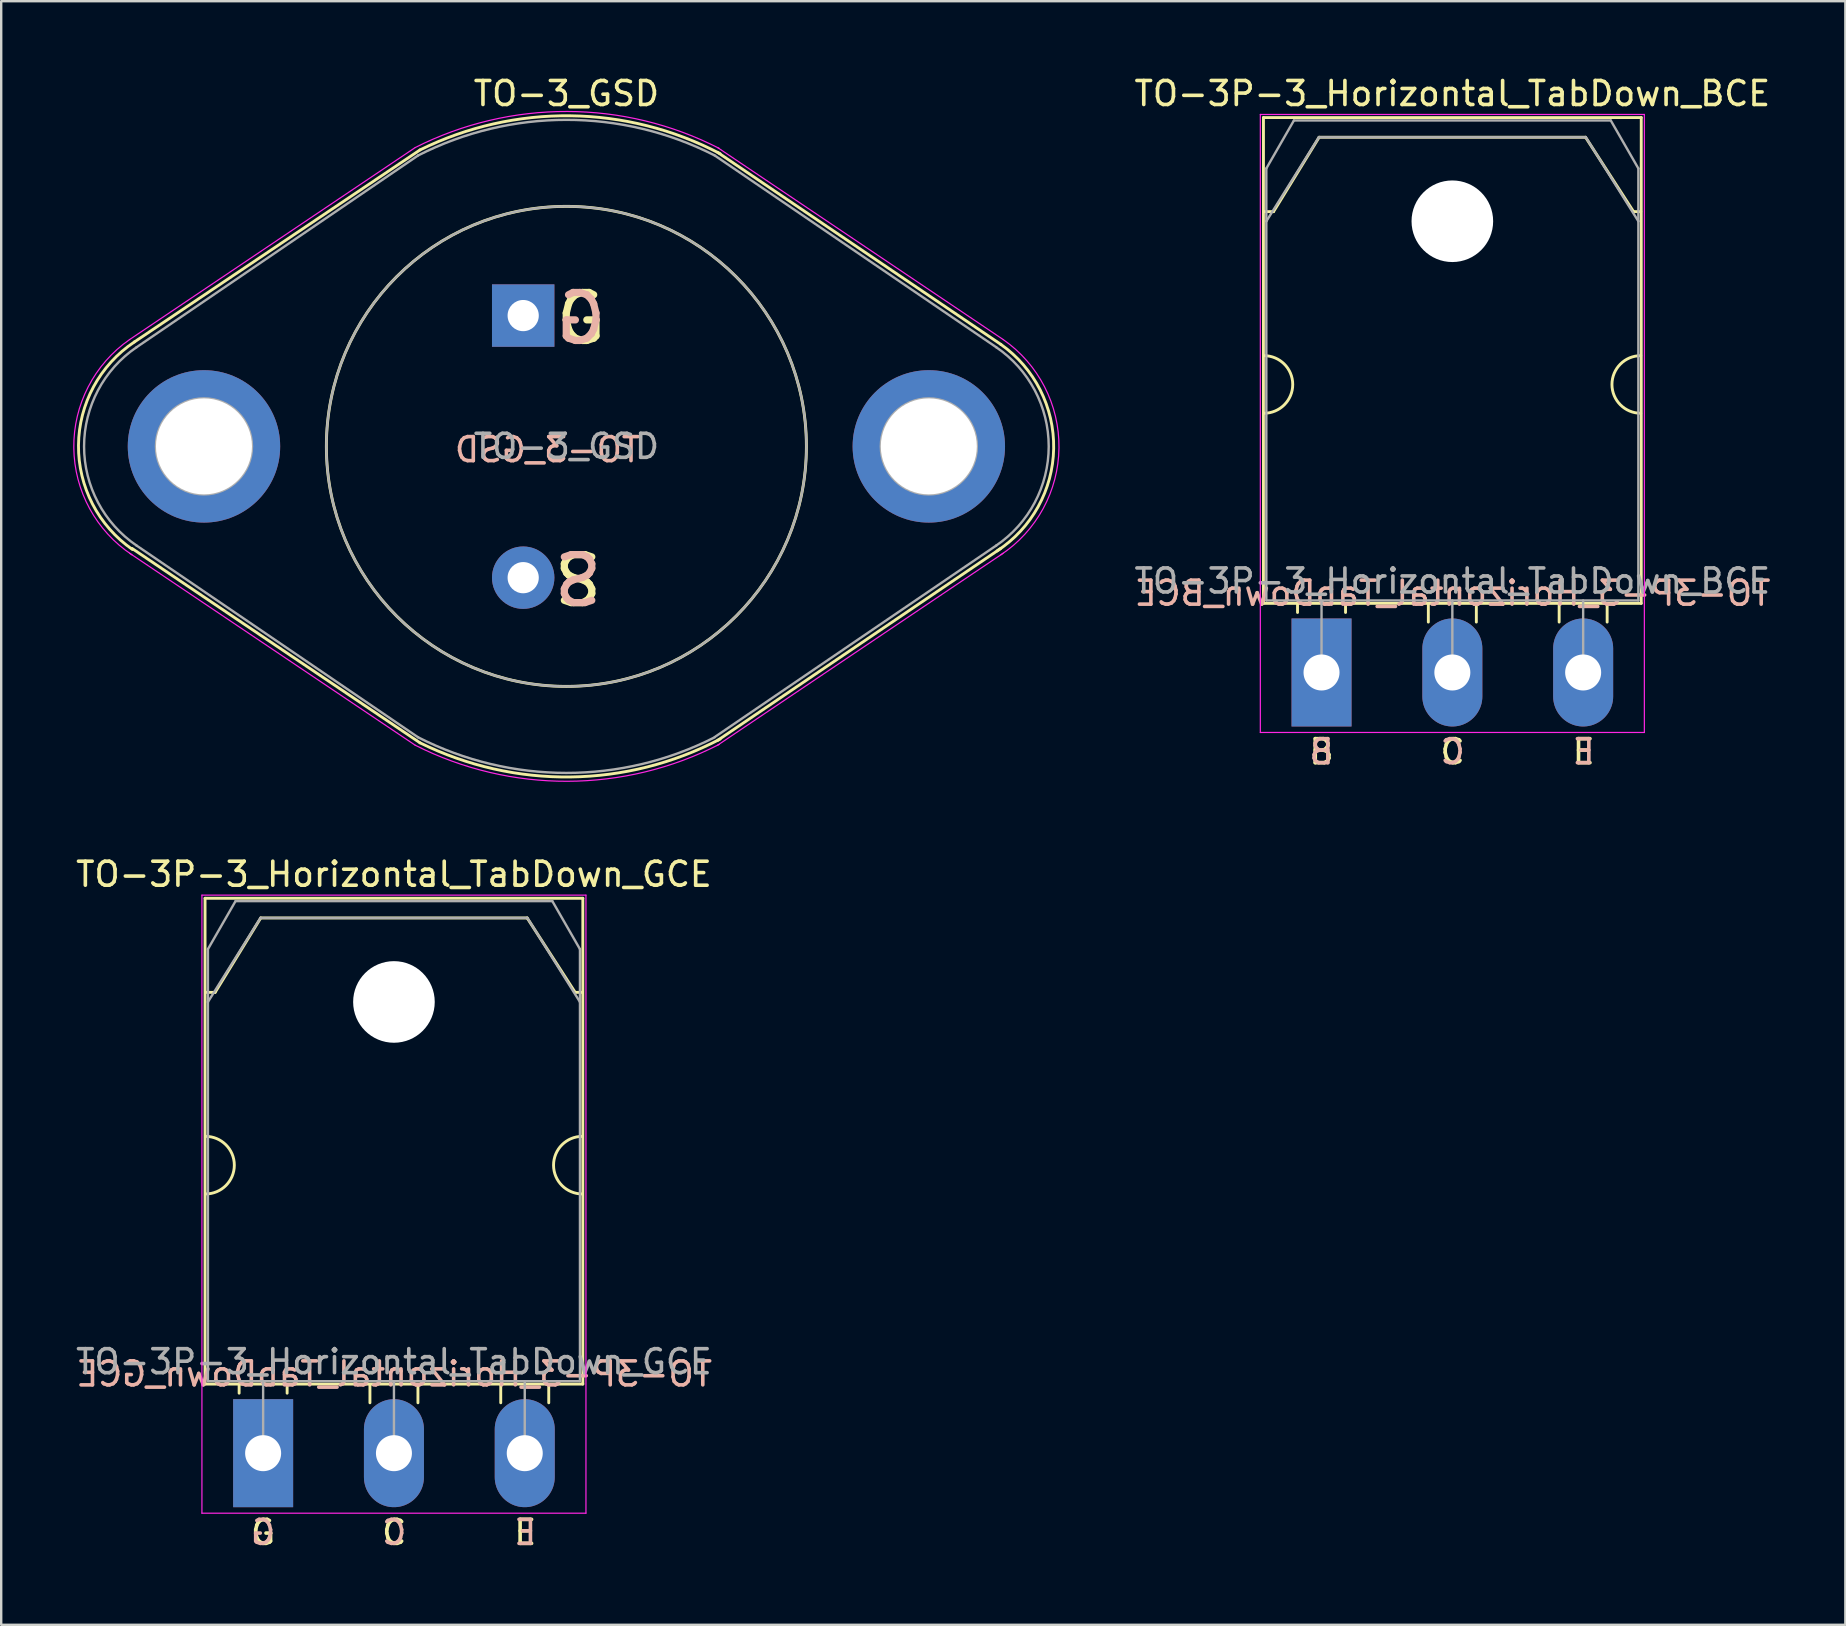
<source format=kicad_pcb>
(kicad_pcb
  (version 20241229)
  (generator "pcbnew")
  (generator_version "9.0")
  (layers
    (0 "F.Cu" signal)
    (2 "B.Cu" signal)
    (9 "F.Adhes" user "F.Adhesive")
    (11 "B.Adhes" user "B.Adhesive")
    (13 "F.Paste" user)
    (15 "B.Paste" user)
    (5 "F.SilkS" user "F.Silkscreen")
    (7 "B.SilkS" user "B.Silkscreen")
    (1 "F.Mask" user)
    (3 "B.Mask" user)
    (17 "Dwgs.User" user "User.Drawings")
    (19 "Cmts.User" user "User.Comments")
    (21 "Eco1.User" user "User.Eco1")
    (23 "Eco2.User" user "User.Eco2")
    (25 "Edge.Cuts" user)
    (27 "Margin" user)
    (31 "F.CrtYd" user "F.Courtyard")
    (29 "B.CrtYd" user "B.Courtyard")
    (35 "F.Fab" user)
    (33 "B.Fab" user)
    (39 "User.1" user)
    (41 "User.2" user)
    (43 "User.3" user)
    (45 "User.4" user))
  (footprint "TO-3P-3_Horizontal_TabDown_GCE"
    (layer "F.Cu")
    (at 7.913 57.495)
    (property "Reference" "TO-3P-3_Horizontal_TabDown_GCE" (at 5.45 -24.12 0) (layer "F.SilkS") (effects (font (size 1 1) (thickness 0.15))))
    (fp_line (start -2.42 -23.12) (end -2.42 -2.88) (stroke (width 0.12) (type solid)) (layer "F.SilkS"))
    (fp_line (start -2.42 -23.12) (end 13.32 -23.12) (stroke (width 0.12) (type solid)) (layer "F.SilkS"))
    (fp_line (start -2.42 -2.88) (end 13.32 -2.88) (stroke (width 0.12) (type solid)) (layer "F.SilkS"))
    (fp_line (start -2 -19.2) (end -2.4 -19.2) (stroke (width 0.12) (type solid)) (layer "F.SilkS"))
    (fp_line (start -2 -19.2) (end -0.1 -22.3) (stroke (width 0.12) (type solid)) (layer "F.SilkS"))
    (fp_line (start -1 -2.85) (end -1 -2.5) (stroke (width 0.12) (type solid)) (layer "F.SilkS"))
    (fp_line (start -0.1 -22.3) (end 11 -22.3) (stroke (width 0.12) (type solid)) (layer "F.SilkS"))
    (fp_line (start 1 -2.85) (end 1 -2.5) (stroke (width 0.12) (type solid)) (layer "F.SilkS"))
    (fp_line (start 4.45 -2.85) (end 4.45 -2.1) (stroke (width 0.12) (type solid)) (layer "F.SilkS"))
    (fp_line (start 6.45 -2.85) (end 6.45 -2.1) (stroke (width 0.12) (type solid)) (layer "F.SilkS"))
    (fp_line (start 9.9 -2.85) (end 9.9 -2.1) (stroke (width 0.12) (type solid)) (layer "F.SilkS"))
    (fp_line (start 11 -22.3) (end 13 -19.2) (stroke (width 0.12) (type solid)) (layer "F.SilkS"))
    (fp_line (start 11.9 -2.85) (end 11.9 -2.1) (stroke (width 0.12) (type solid)) (layer "F.SilkS"))
    (fp_line (start 13 -19.2) (end 13.3 -19.2) (stroke (width 0.12) (type solid)) (layer "F.SilkS"))
    (fp_line (start 13.32 -23.12) (end 13.32 -2.88) (stroke (width 0.12) (type solid)) (layer "F.SilkS"))
    (fp_arc (start -2.4 -13.2) (mid -1.2 -12) (end -2.4 -10.8) (stroke (width 0.12) (type solid)) (layer "F.SilkS"))
    (fp_arc (start 13.3 -10.8) (mid 12.1 -12) (end 13.3 -13.2) (stroke (width 0.12) (type solid)) (layer "F.SilkS"))
    (fp_line (start -2.55 -23.25) (end -2.55 2.5) (stroke (width 0.05) (type solid)) (layer "F.CrtYd"))
    (fp_line (start -2.55 2.5) (end 13.45 2.5) (stroke (width 0.05) (type solid)) (layer "F.CrtYd"))
    (fp_line (start 13.45 -23.25) (end -2.55 -23.25) (stroke (width 0.05) (type solid)) (layer "F.CrtYd"))
    (fp_line (start 13.45 2.5) (end 13.45 -23.25) (stroke (width 0.05) (type solid)) (layer "F.CrtYd"))
    (fp_line (start -2.3 -21) (end -1.15 -23) (stroke (width 0.1) (type solid)) (layer "F.Fab"))
    (fp_line (start -2.3 -18.8) (end -2.3 -21) (stroke (width 0.1) (type solid)) (layer "F.Fab"))
    (fp_line (start -2.3 -18.8) (end -0.11 -22.3) (stroke (width 0.1) (type solid)) (layer "F.Fab"))
    (fp_line (start -2.3 -3) (end -2.3 -18.8) (stroke (width 0.1) (type solid)) (layer "F.Fab"))
    (fp_line (start -1.15 -23) (end 12.05 -23) (stroke (width 0.1) (type solid)) (layer "F.Fab"))
    (fp_line (start -0.11 -22.3) (end 11.01 -22.3) (stroke (width 0.1) (type solid)) (layer "F.Fab"))
    (fp_line (start 0 -3) (end 0 0) (stroke (width 0.1) (type solid)) (layer "F.Fab"))
    (fp_line (start 5.45 -3) (end 5.45 0) (stroke (width 0.1) (type solid)) (layer "F.Fab"))
    (fp_line (start 10.9 -3) (end 10.9 0) (stroke (width 0.1) (type solid)) (layer "F.Fab"))
    (fp_line (start 11.01 -22.3) (end 13.2 -18.8) (stroke (width 0.1) (type solid)) (layer "F.Fab"))
    (fp_line (start 12.05 -23) (end 13.2 -21) (stroke (width 0.1) (type solid)) (layer "F.Fab"))
    (fp_line (start 13.2 -21) (end 13.2 -18.8) (stroke (width 0.1) (type solid)) (layer "F.Fab"))
    (fp_line (start 13.2 -18.8) (end 13.2 -3) (stroke (width 0.1) (type solid)) (layer "F.Fab"))
    (fp_line (start 13.2 -3) (end -2.3 -3) (stroke (width 0.1) (type solid)) (layer "F.Fab"))
    (fp_circle (center 5.45 -18.8) (end 7.05 -18.8) (stroke (width 0.1) (type solid)) (fill no) (layer "F.Fab"))
    (fp_text user "E" (at 10.922 3.302 0) (layer "F.SilkS") (effects (font (size 1 1) (thickness 0.15))))
    (fp_text user "G" (at 0 3.302 0) (layer "F.SilkS") (effects (font (size 1 1) (thickness 0.15))))
    (fp_text user "C" (at 5.461 3.302 0) (layer "F.SilkS") (effects (font (size 1 1) (thickness 0.15))))
    (fp_text user "C" (at 5.461 3.302 0) (layer "B.SilkS") (effects (font (size 1 1) (thickness 0.15)) (justify mirror)))
    (fp_text user "G" (at 0 3.302 0) (layer "B.SilkS") (effects (font (size 1 1) (thickness 0.15)) (justify mirror)))
    (fp_text user "${REFERENCE}" (at 5.461 -3.302 0) (layer "B.SilkS") (effects (font (size 1 1) (thickness 0.15)) (justify mirror)))
    (fp_text user "E" (at 10.922 3.302 0) (layer "B.SilkS") (effects (font (size 1 1) (thickness 0.15)) (justify mirror)))
    (fp_text user "${REFERENCE}" (at 5.45 -3.81 0) (layer "F.Fab") (effects (font (size 1 1) (thickness 0.15))))
    (pad "" np_thru_hole oval (at 5.45 -18.8) (size 3.4 3.4) (drill 3.4) (layers "*.Cu" "*.Mask"))
    (pad "1" thru_hole rect (at 0 0) (size 2.5 4.5) (drill 1.5) (layers "*.Cu" "*.Mask"))
    (pad "2" thru_hole oval (at 5.45 0) (size 2.5 4.5) (drill 1.5) (layers "*.Cu" "*.Mask"))
    (pad "3" thru_hole oval (at 10.9 0) (size 2.5 4.5) (drill 1.5) (layers "*.Cu" "*.Mask")))
  (footprint "TO-3P-3_Horizontal_TabDown_BCE"
    (layer "F.Cu")
    (at 52.01 24.968)
    (property "Reference" "TO-3P-3_Horizontal_TabDown_BCE" (at 5.45 -24.12 0) (layer "F.SilkS") (effects (font (size 1 1) (thickness 0.15))))
    (fp_line (start -2.42 -23.12) (end -2.42 -2.88) (stroke (width 0.12) (type solid)) (layer "F.SilkS"))
    (fp_line (start -2.42 -23.12) (end 13.32 -23.12) (stroke (width 0.12) (type solid)) (layer "F.SilkS"))
    (fp_line (start -2.42 -2.88) (end 13.32 -2.88) (stroke (width 0.12) (type solid)) (layer "F.SilkS"))
    (fp_line (start -2 -19.2) (end -2.4 -19.2) (stroke (width 0.12) (type solid)) (layer "F.SilkS"))
    (fp_line (start -2 -19.2) (end -0.1 -22.3) (stroke (width 0.12) (type solid)) (layer "F.SilkS"))
    (fp_line (start -1 -2.85) (end -1 -2.5) (stroke (width 0.12) (type solid)) (layer "F.SilkS"))
    (fp_line (start -0.1 -22.3) (end 11 -22.3) (stroke (width 0.12) (type solid)) (layer "F.SilkS"))
    (fp_line (start 1 -2.85) (end 1 -2.5) (stroke (width 0.12) (type solid)) (layer "F.SilkS"))
    (fp_line (start 4.45 -2.85) (end 4.45 -2.1) (stroke (width 0.12) (type solid)) (layer "F.SilkS"))
    (fp_line (start 6.45 -2.85) (end 6.45 -2.1) (stroke (width 0.12) (type solid)) (layer "F.SilkS"))
    (fp_line (start 9.9 -2.85) (end 9.9 -2.1) (stroke (width 0.12) (type solid)) (layer "F.SilkS"))
    (fp_line (start 11 -22.3) (end 13 -19.2) (stroke (width 0.12) (type solid)) (layer "F.SilkS"))
    (fp_line (start 11.9 -2.85) (end 11.9 -2.1) (stroke (width 0.12) (type solid)) (layer "F.SilkS"))
    (fp_line (start 13 -19.2) (end 13.3 -19.2) (stroke (width 0.12) (type solid)) (layer "F.SilkS"))
    (fp_line (start 13.32 -23.12) (end 13.32 -2.88) (stroke (width 0.12) (type solid)) (layer "F.SilkS"))
    (fp_arc (start -2.4 -13.2) (mid -1.2 -12) (end -2.4 -10.8) (stroke (width 0.12) (type solid)) (layer "F.SilkS"))
    (fp_arc (start 13.3 -10.8) (mid 12.1 -12) (end 13.3 -13.2) (stroke (width 0.12) (type solid)) (layer "F.SilkS"))
    (fp_line (start -2.55 -23.25) (end -2.55 2.5) (stroke (width 0.05) (type solid)) (layer "F.CrtYd"))
    (fp_line (start -2.55 2.5) (end 13.45 2.5) (stroke (width 0.05) (type solid)) (layer "F.CrtYd"))
    (fp_line (start 13.45 -23.25) (end -2.55 -23.25) (stroke (width 0.05) (type solid)) (layer "F.CrtYd"))
    (fp_line (start 13.45 2.5) (end 13.45 -23.25) (stroke (width 0.05) (type solid)) (layer "F.CrtYd"))
    (fp_line (start -2.3 -21) (end -1.15 -23) (stroke (width 0.1) (type solid)) (layer "F.Fab"))
    (fp_line (start -2.3 -18.8) (end -2.3 -21) (stroke (width 0.1) (type solid)) (layer "F.Fab"))
    (fp_line (start -2.3 -18.8) (end -0.11 -22.3) (stroke (width 0.1) (type solid)) (layer "F.Fab"))
    (fp_line (start -2.3 -3) (end -2.3 -18.8) (stroke (width 0.1) (type solid)) (layer "F.Fab"))
    (fp_line (start -1.15 -23) (end 12.05 -23) (stroke (width 0.1) (type solid)) (layer "F.Fab"))
    (fp_line (start -0.11 -22.3) (end 11.01 -22.3) (stroke (width 0.1) (type solid)) (layer "F.Fab"))
    (fp_line (start 0 -3) (end 0 0) (stroke (width 0.1) (type solid)) (layer "F.Fab"))
    (fp_line (start 5.45 -3) (end 5.45 0) (stroke (width 0.1) (type solid)) (layer "F.Fab"))
    (fp_line (start 10.9 -3) (end 10.9 0) (stroke (width 0.1) (type solid)) (layer "F.Fab"))
    (fp_line (start 11.01 -22.3) (end 13.2 -18.8) (stroke (width 0.1) (type solid)) (layer "F.Fab"))
    (fp_line (start 12.05 -23) (end 13.2 -21) (stroke (width 0.1) (type solid)) (layer "F.Fab"))
    (fp_line (start 13.2 -21) (end 13.2 -18.8) (stroke (width 0.1) (type solid)) (layer "F.Fab"))
    (fp_line (start 13.2 -18.8) (end 13.2 -3) (stroke (width 0.1) (type solid)) (layer "F.Fab"))
    (fp_line (start 13.2 -3) (end -2.3 -3) (stroke (width 0.1) (type solid)) (layer "F.Fab"))
    (fp_circle (center 5.45 -18.8) (end 7.05 -18.8) (stroke (width 0.1) (type solid)) (fill no) (layer "F.Fab"))
    (fp_text user "B" (at 0 3.302 0) (layer "F.SilkS") (effects (font (size 1 1) (thickness 0.15))))
    (fp_text user "E" (at 10.922 3.302 0) (layer "F.SilkS") (effects (font (size 1 1) (thickness 0.15))))
    (fp_text user "C" (at 5.461 3.302 0) (layer "F.SilkS") (effects (font (size 1 1) (thickness 0.15))))
    (fp_text user "C" (at 5.461 3.302 0) (layer "B.SilkS") (effects (font (size 1 1) (thickness 0.15)) (justify mirror)))
    (fp_text user "B" (at 0 3.302 0) (layer "B.SilkS") (effects (font (size 1 1) (thickness 0.15)) (justify mirror)))
    (fp_text user "${REFERENCE}" (at 5.461 -3.302 0) (layer "B.SilkS") (effects (font (size 1 1) (thickness 0.15)) (justify mirror)))
    (fp_text user "E" (at 10.922 3.302 0) (layer "B.SilkS") (effects (font (size 1 1) (thickness 0.15)) (justify mirror)))
    (fp_text user "${REFERENCE}" (at 5.45 -3.81 0) (layer "F.Fab") (effects (font (size 1 1) (thickness 0.15))))
    (pad "" np_thru_hole oval (at 5.45 -18.8) (size 3.4 3.4) (drill 3.4) (layers "*.Cu" "*.Mask"))
    (pad "1" thru_hole rect (at 0 0) (size 2.5 4.5) (drill 1.5) (layers "*.Cu" "*.Mask"))
    (pad "2" thru_hole oval (at 5.45 0) (size 2.5 4.5) (drill 1.5) (layers "*.Cu" "*.Mask"))
    (pad "3" thru_hole oval (at 10.9 0) (size 2.5 4.5) (drill 1.5) (layers "*.Cu" "*.Mask")))
  (footprint "TO-3_GSD"
    (layer "F.Cu")
    (at 18.748 10.098)
    (property "Reference" "TO-3_GSD" (at 1.8 -9.25 0) (layer "F.SilkS") (effects (font (size 1 1) (thickness 0.15))))
    (fp_line (start -4.3 -6.9) (end -16.2 1.1) (stroke (width 0.12) (type solid)) (layer "F.SilkS"))
    (fp_line (start -4.3 17.8) (end -16.3 9.7) (stroke (width 0.12) (type solid)) (layer "F.SilkS"))
    (fp_line (start 8.1 -6.8) (end 19.9 1.2) (stroke (width 0.12) (type solid)) (layer "F.SilkS"))
    (fp_line (start 8.1 17.7) (end 19.9 9.7) (stroke (width 0.12) (type solid)) (layer "F.SilkS"))
    (fp_arc (start -16.276967 9.747694) (mid -18.527843 5.403471) (end -16.2 1.1) (stroke (width 0.12) (type solid)) (layer "F.SilkS"))
    (fp_arc (start -4.3 -6.9) (mid 1.971643 -8.323273) (end 8.20587 -6.744152) (stroke (width 0.12) (type solid)) (layer "F.SilkS"))
    (fp_arc (start 8.20587 17.644152) (mid 1.971643 19.223273) (end -4.3 17.8) (stroke (width 0.12) (type solid)) (layer "F.SilkS"))
    (fp_arc (start 19.9 1.2) (mid 22.101343 5.542388) (end 19.747176 9.803859) (stroke (width 0.12) (type solid)) (layer "F.SilkS"))
    (fp_circle (center 1.8 5.45) (end 11.8 5.4) (stroke (width 0.12) (type solid)) (fill no) (layer "F.SilkS"))
    (fp_line (start -4.5 -7) (end -16.4 1) (stroke (width 0.05) (type solid)) (layer "F.CrtYd"))
    (fp_line (start -4.5 17.9) (end -16.4 9.9) (stroke (width 0.05) (type solid)) (layer "F.CrtYd"))
    (fp_line (start 8.1 -7) (end 20 1) (stroke (width 0.05) (type solid)) (layer "F.CrtYd"))
    (fp_line (start 8.1 17.9) (end 20 9.9) (stroke (width 0.05) (type solid)) (layer "F.CrtYd"))
    (fp_arc (start -16.296319 9.970461) (mid -18.722967 5.512679) (end -16.4 1) (stroke (width 0.05) (type solid)) (layer "F.CrtYd"))
    (fp_arc (start -4.5 -7) (mid 1.83884 -8.503171) (end 8.169214 -6.964733) (stroke (width 0.05) (type solid)) (layer "F.CrtYd"))
    (fp_arc (start 8.169214 17.864733) (mid 1.83884 19.403171) (end -4.5 17.9) (stroke (width 0.05) (type solid)) (layer "F.CrtYd"))
    (fp_arc (start 20 1) (mid 22.322967 5.512679) (end 19.896319 9.970461) (stroke (width 0.05) (type solid)) (layer "F.CrtYd"))
    (fp_line (start -4.38 -6.67) (end -16.11 1.32) (stroke (width 0.1) (type solid)) (layer "F.Fab"))
    (fp_line (start -4.38 17.57) (end -16.11 9.58) (stroke (width 0.1) (type solid)) (layer "F.Fab"))
    (fp_line (start 7.98 -6.67) (end 19.71 1.32) (stroke (width 0.1) (type solid)) (layer "F.Fab"))
    (fp_line (start 7.98 17.56) (end 19.71 9.58) (stroke (width 0.1) (type solid)) (layer "F.Fab"))
    (fp_arc (start -16.105547 9.583026) (mid -18.295297 5.452692) (end -16.11 1.32) (stroke (width 0.1) (type solid)) (layer "F.Fab"))
    (fp_arc (start -4.38 -6.67) (mid 1.795945 -8.15466) (end 7.972773 -6.673682) (stroke (width 0.1) (type solid)) (layer "F.Fab"))
    (fp_arc (start 7.972773 17.573682) (mid 1.795945 19.05466) (end -4.38 17.57) (stroke (width 0.1) (type solid)) (layer "F.Fab"))
    (fp_arc (start 19.71 1.32) (mid 21.895297 5.452692) (end 19.705547 9.583026) (stroke (width 0.1) (type solid)) (layer "F.Fab"))
    (fp_circle (center -13.3 5.45) (end -15.3 5.45) (stroke (width 0.1) (type solid)) (fill no) (layer "F.Fab"))
    (fp_circle (center 1.8 5.45) (end 11.8 5.45) (stroke (width 0.1) (type solid)) (fill no) (layer "F.Fab"))
    (fp_circle (center 16.9 5.45) (end 18.9 5.45) (stroke (width 0.1) (type solid)) (fill no) (layer "F.Fab"))
    (fp_text user "S" (at 2.286 11.049 0) (unlocked yes) (layer "F.SilkS") (effects (font (size 2 2) (thickness 0.3))))
    (fp_text user "G" (at 2.413 0.127 0) (unlocked yes) (layer "F.SilkS") (effects (font (size 2 2) (thickness 0.3))))
    (fp_text user "${REFERENCE}" (at 1.016 5.588 0) (layer "B.SilkS") (effects (font (size 1 1) (thickness 0.15)) (justify mirror)))
    (fp_text user "G" (at 2.413 0.127 0) (unlocked yes) (layer "B.SilkS") (effects (font (size 2 2) (thickness 0.3)) (justify mirror)))
    (fp_text user "S" (at 2.286 11.049 0) (unlocked yes) (layer "B.SilkS") (effects (font (size 2 2) (thickness 0.3)) (justify mirror)))
    (fp_text user "${REFERENCE}" (at 1.8 5.45 0) (layer "F.Fab") (effects (font (size 1 1) (thickness 0.15))))
    (pad "1" thru_hole rect (at 0 0) (size 2.6 2.6) (drill 1.3) (layers "*.Cu" "*.Mask"))
    (pad "2" thru_hole circle (at 0 10.92) (size 2.6 2.6) (drill 1.3) (layers "*.Cu" "*.Mask"))
    (pad "3" thru_hole circle (at -13.3 5.45) (size 6.35 6.35) (drill 4) (layers "*.Cu" "*.Mask"))
    (pad "3" thru_hole circle (at 16.9 5.45) (size 6.35 6.35) (drill 4) (layers "*.Cu" "*.Mask")))
  (gr_rect
    (start -3 -3)
    (end 73.834 64.645)
    (stroke (width 0.1) (type default))
    (fill no)
    (layer "Edge.Cuts")))
</source>
